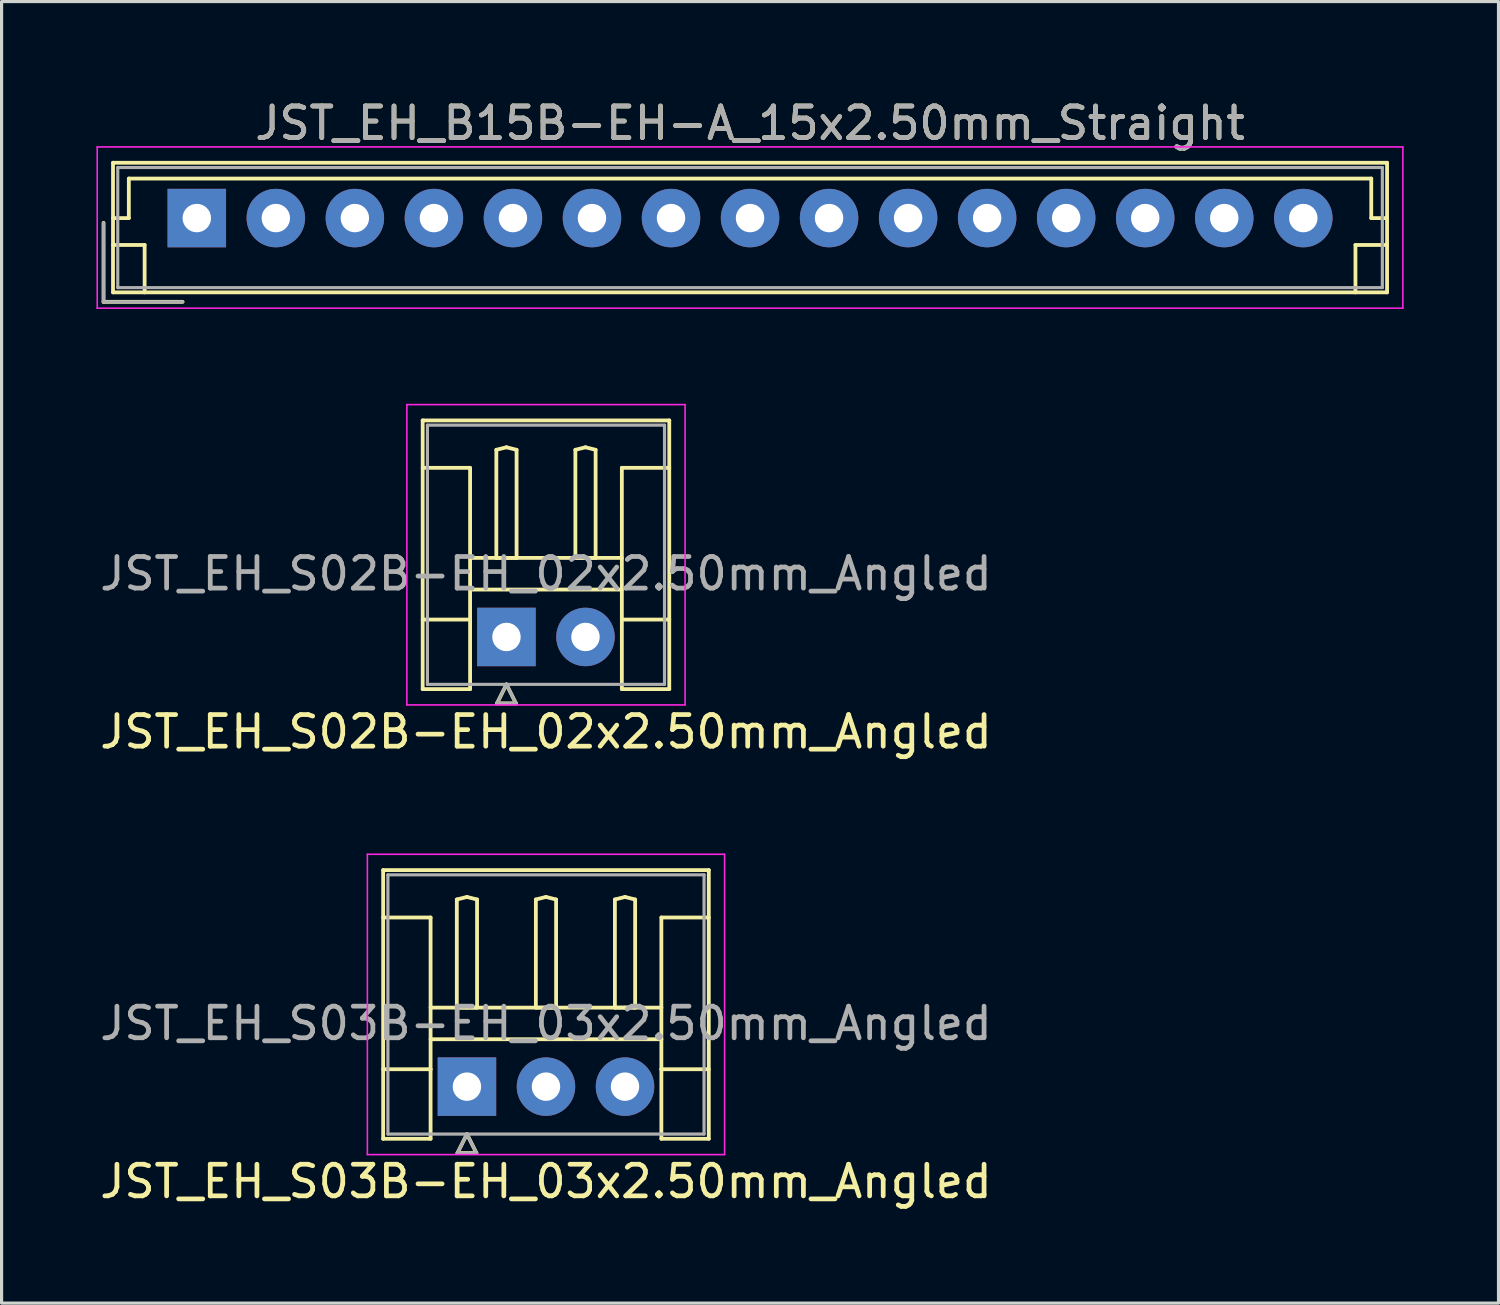
<source format=kicad_pcb>
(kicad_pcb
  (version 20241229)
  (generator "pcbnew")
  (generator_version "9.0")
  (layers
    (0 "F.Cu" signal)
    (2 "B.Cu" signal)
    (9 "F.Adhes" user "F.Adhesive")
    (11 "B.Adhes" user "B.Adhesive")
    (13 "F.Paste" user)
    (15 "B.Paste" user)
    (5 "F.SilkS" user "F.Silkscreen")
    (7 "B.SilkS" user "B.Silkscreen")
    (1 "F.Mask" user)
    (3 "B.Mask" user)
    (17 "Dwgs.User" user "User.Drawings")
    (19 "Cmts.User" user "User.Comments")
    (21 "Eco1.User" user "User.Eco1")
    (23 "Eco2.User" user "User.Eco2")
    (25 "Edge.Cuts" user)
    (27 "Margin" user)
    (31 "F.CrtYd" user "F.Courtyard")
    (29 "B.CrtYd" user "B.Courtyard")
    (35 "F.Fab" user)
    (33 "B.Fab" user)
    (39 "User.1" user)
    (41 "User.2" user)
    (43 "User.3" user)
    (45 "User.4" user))
  (footprint "JST_EH_S02B-EH_02x2.50mm_Angled"
    (layer "F.Cu")
    (at 12.97 17.098)
    (property "Reference" "JST_EH_S02B-EH_02x2.50mm_Angled" (at 1.25 3 0) (layer "F.SilkS") (effects (font (size 1 1) (thickness 0.15))))
    (attr through_hole)
    (fp_line (start -2.65 -6.85) (end 5.15 -6.85) (stroke (width 0.12) (type solid)) (layer "F.SilkS"))
    (fp_line (start -2.65 -5.35) (end -1.15 -5.35) (stroke (width 0.12) (type solid)) (layer "F.SilkS"))
    (fp_line (start -2.65 1.65) (end -2.65 -6.85) (stroke (width 0.12) (type solid)) (layer "F.SilkS"))
    (fp_line (start -1.15 -5.35) (end -1.15 -0.55) (stroke (width 0.12) (type solid)) (layer "F.SilkS"))
    (fp_line (start -1.15 -2.5) (end 3.65 -2.5) (stroke (width 0.12) (type solid)) (layer "F.SilkS"))
    (fp_line (start -1.15 -1.5) (end 3.65 -1.5) (stroke (width 0.12) (type solid)) (layer "F.SilkS"))
    (fp_line (start -1.15 -0.55) (end -2.65 -0.55) (stroke (width 0.12) (type solid)) (layer "F.SilkS"))
    (fp_line (start -1.15 -0.55) (end -1.15 1.65) (stroke (width 0.12) (type solid)) (layer "F.SilkS"))
    (fp_line (start -1.15 1.65) (end -2.65 1.65) (stroke (width 0.12) (type solid)) (layer "F.SilkS"))
    (fp_line (start -0.32 -5.92) (end 0 -6) (stroke (width 0.12) (type solid)) (layer "F.SilkS"))
    (fp_line (start -0.32 -2.5) (end -0.32 -5.92) (stroke (width 0.12) (type solid)) (layer "F.SilkS"))
    (fp_line (start -0.3 2.1) (end 0.3 2.1) (stroke (width 0.12) (type solid)) (layer "F.SilkS"))
    (fp_line (start 0 -6) (end 0.32 -5.92) (stroke (width 0.12) (type solid)) (layer "F.SilkS"))
    (fp_line (start 0 -2.5) (end -0.32 -2.5) (stroke (width 0.12) (type solid)) (layer "F.SilkS"))
    (fp_line (start 0 1.5) (end -0.3 2.1) (stroke (width 0.12) (type solid)) (layer "F.SilkS"))
    (fp_line (start 0.3 2.1) (end 0 1.5) (stroke (width 0.12) (type solid)) (layer "F.SilkS"))
    (fp_line (start 0.32 -5.92) (end 0.32 -2.5) (stroke (width 0.12) (type solid)) (layer "F.SilkS"))
    (fp_line (start 0.32 -2.5) (end 0 -2.5) (stroke (width 0.12) (type solid)) (layer "F.SilkS"))
    (fp_line (start 2.18 -5.92) (end 2.5 -6) (stroke (width 0.12) (type solid)) (layer "F.SilkS"))
    (fp_line (start 2.18 -2.5) (end 2.18 -5.92) (stroke (width 0.12) (type solid)) (layer "F.SilkS"))
    (fp_line (start 2.5 -6) (end 2.82 -5.92) (stroke (width 0.12) (type solid)) (layer "F.SilkS"))
    (fp_line (start 2.5 -2.5) (end 2.18 -2.5) (stroke (width 0.12) (type solid)) (layer "F.SilkS"))
    (fp_line (start 2.82 -5.92) (end 2.82 -2.5) (stroke (width 0.12) (type solid)) (layer "F.SilkS"))
    (fp_line (start 2.82 -2.5) (end 2.5 -2.5) (stroke (width 0.12) (type solid)) (layer "F.SilkS"))
    (fp_line (start 3.65 -5.35) (end 3.65 -0.55) (stroke (width 0.12) (type solid)) (layer "F.SilkS"))
    (fp_line (start 3.65 -0.55) (end 5.15 -0.55) (stroke (width 0.12) (type solid)) (layer "F.SilkS"))
    (fp_line (start 3.65 1.65) (end 3.65 -0.55) (stroke (width 0.12) (type solid)) (layer "F.SilkS"))
    (fp_line (start 5.15 -6.85) (end 5.15 1.65) (stroke (width 0.12) (type solid)) (layer "F.SilkS"))
    (fp_line (start 5.15 -5.35) (end 3.65 -5.35) (stroke (width 0.12) (type solid)) (layer "F.SilkS"))
    (fp_line (start 5.15 1.65) (end 3.65 1.65) (stroke (width 0.12) (type solid)) (layer "F.SilkS"))
    (fp_line (start -3.15 -7.35) (end -3.15 2.15) (stroke (width 0.05) (type solid)) (layer "F.CrtYd"))
    (fp_line (start -3.15 2.15) (end 5.65 2.15) (stroke (width 0.05) (type solid)) (layer "F.CrtYd"))
    (fp_line (start 5.65 -7.35) (end -3.15 -7.35) (stroke (width 0.05) (type solid)) (layer "F.CrtYd"))
    (fp_line (start 5.65 2.15) (end 5.65 -7.35) (stroke (width 0.05) (type solid)) (layer "F.CrtYd"))
    (fp_line (start -2.5 -6.7) (end -2.5 1.5) (stroke (width 0.1) (type solid)) (layer "F.Fab"))
    (fp_line (start -2.5 1.5) (end 5 1.5) (stroke (width 0.1) (type solid)) (layer "F.Fab"))
    (fp_line (start -0.3 2.1) (end 0.3 2.1) (stroke (width 0.1) (type solid)) (layer "F.Fab"))
    (fp_line (start 0 1.5) (end -0.3 2.1) (stroke (width 0.1) (type solid)) (layer "F.Fab"))
    (fp_line (start 0.3 2.1) (end 0 1.5) (stroke (width 0.1) (type solid)) (layer "F.Fab"))
    (fp_line (start 5 -6.7) (end -2.5 -6.7) (stroke (width 0.1) (type solid)) (layer "F.Fab"))
    (fp_line (start 5 1.5) (end 5 -6.7) (stroke (width 0.1) (type solid)) (layer "F.Fab"))
    (fp_text user "${REFERENCE}" (at 1.25 -2 0) (layer "F.Fab") (effects (font (size 1 1) (thickness 0.15))))
    (pad "1" thru_hole rect (at 0 0) (size 1.85 1.85) (drill 0.9) (layers "*.Cu" "*.Mask"))
    (pad "2" thru_hole circle (at 2.5 0) (size 1.85 1.85) (drill 0.9) (layers "*.Cu" "*.Mask")))
  (footprint "JST_EH_B15B-EH-A_15x2.50mm_Straight"
    (layer "F.Cu")
    (at 3.175 3.848)
    (property "Reference" "JST_EH_B15B-EH-A_15x2.50mm_Straight" (at 17.5 -3 0) (layer "F.SilkS") (effects (font (size 1 1) (thickness 0.15))))
    (attr through_hole)
    (fp_line (start -2.95 0.15) (end -2.95 2.65) (stroke (width 0.12) (type solid)) (layer "F.SilkS"))
    (fp_line (start -2.95 2.65) (end -0.45 2.65) (stroke (width 0.12) (type solid)) (layer "F.SilkS"))
    (fp_line (start -2.65 -1.75) (end -2.65 2.35) (stroke (width 0.12) (type solid)) (layer "F.SilkS"))
    (fp_line (start -2.65 0) (end -2.15 0) (stroke (width 0.12) (type solid)) (layer "F.SilkS"))
    (fp_line (start -2.65 0.85) (end -1.65 0.85) (stroke (width 0.12) (type solid)) (layer "F.SilkS"))
    (fp_line (start -2.65 2.35) (end 37.65 2.35) (stroke (width 0.12) (type solid)) (layer "F.SilkS"))
    (fp_line (start -2.15 -1.25) (end 37.15 -1.25) (stroke (width 0.12) (type solid)) (layer "F.SilkS"))
    (fp_line (start -2.15 0) (end -2.15 -1.25) (stroke (width 0.12) (type solid)) (layer "F.SilkS"))
    (fp_line (start -1.65 0.85) (end -1.65 2.35) (stroke (width 0.12) (type solid)) (layer "F.SilkS"))
    (fp_line (start 36.65 0.85) (end 36.65 2.35) (stroke (width 0.12) (type solid)) (layer "F.SilkS"))
    (fp_line (start 37.15 -1.25) (end 37.15 0) (stroke (width 0.12) (type solid)) (layer "F.SilkS"))
    (fp_line (start 37.15 0) (end 37.65 0) (stroke (width 0.12) (type solid)) (layer "F.SilkS"))
    (fp_line (start 37.65 -1.75) (end -2.65 -1.75) (stroke (width 0.12) (type solid)) (layer "F.SilkS"))
    (fp_line (start 37.65 0.85) (end 36.65 0.85) (stroke (width 0.12) (type solid)) (layer "F.SilkS"))
    (fp_line (start 37.65 2.35) (end 37.65 -1.75) (stroke (width 0.12) (type solid)) (layer "F.SilkS"))
    (fp_line (start -3.15 -2.25) (end -3.15 2.85) (stroke (width 0.05) (type solid)) (layer "F.CrtYd"))
    (fp_line (start -3.15 2.85) (end 38.15 2.85) (stroke (width 0.05) (type solid)) (layer "F.CrtYd"))
    (fp_line (start 38.15 -2.25) (end -3.15 -2.25) (stroke (width 0.05) (type solid)) (layer "F.CrtYd"))
    (fp_line (start 38.15 2.85) (end 38.15 -2.25) (stroke (width 0.05) (type solid)) (layer "F.CrtYd"))
    (fp_line (start -2.95 0.15) (end -2.95 2.65) (stroke (width 0.1) (type solid)) (layer "F.Fab"))
    (fp_line (start -2.95 2.65) (end -0.45 2.65) (stroke (width 0.1) (type solid)) (layer "F.Fab"))
    (fp_line (start -2.5 -1.6) (end -2.5 2.2) (stroke (width 0.1) (type solid)) (layer "F.Fab"))
    (fp_line (start -2.5 2.2) (end 37.5 2.2) (stroke (width 0.1) (type solid)) (layer "F.Fab"))
    (fp_line (start 37.5 -1.6) (end -2.5 -1.6) (stroke (width 0.1) (type solid)) (layer "F.Fab"))
    (fp_line (start 37.5 2.2) (end 37.5 -1.6) (stroke (width 0.1) (type solid)) (layer "F.Fab"))
    (fp_text user "${REFERENCE}" (at 17.5 -3 0) (layer "F.Fab") (effects (font (size 1 1) (thickness 0.15))))
    (pad "1" thru_hole rect (at 0 0) (size 1.85 1.85) (drill 0.9) (layers "*.Cu" "*.Mask"))
    (pad "2" thru_hole circle (at 2.5 0) (size 1.85 1.85) (drill 0.9) (layers "*.Cu" "*.Mask"))
    (pad "3" thru_hole circle (at 5 0) (size 1.85 1.85) (drill 0.9) (layers "*.Cu" "*.Mask"))
    (pad "4" thru_hole circle (at 7.5 0) (size 1.85 1.85) (drill 0.9) (layers "*.Cu" "*.Mask"))
    (pad "5" thru_hole circle (at 10 0) (size 1.85 1.85) (drill 0.9) (layers "*.Cu" "*.Mask"))
    (pad "6" thru_hole circle (at 12.5 0) (size 1.85 1.85) (drill 0.9) (layers "*.Cu" "*.Mask"))
    (pad "7" thru_hole circle (at 15 0) (size 1.85 1.85) (drill 0.9) (layers "*.Cu" "*.Mask"))
    (pad "8" thru_hole circle (at 17.5 0) (size 1.85 1.85) (drill 0.9) (layers "*.Cu" "*.Mask"))
    (pad "9" thru_hole circle (at 20 0) (size 1.85 1.85) (drill 0.9) (layers "*.Cu" "*.Mask"))
    (pad "10" thru_hole circle (at 22.5 0) (size 1.85 1.85) (drill 0.9) (layers "*.Cu" "*.Mask"))
    (pad "11" thru_hole circle (at 25 0) (size 1.85 1.85) (drill 0.9) (layers "*.Cu" "*.Mask"))
    (pad "12" thru_hole circle (at 27.5 0) (size 1.85 1.85) (drill 0.9) (layers "*.Cu" "*.Mask"))
    (pad "13" thru_hole circle (at 30 0) (size 1.85 1.85) (drill 0.9) (layers "*.Cu" "*.Mask"))
    (pad "14" thru_hole circle (at 32.5 0) (size 1.85 1.85) (drill 0.9) (layers "*.Cu" "*.Mask"))
    (pad "15" thru_hole circle (at 35 0) (size 1.85 1.85) (drill 0.9) (layers "*.Cu" "*.Mask")))
  (footprint "JST_EH_S03B-EH_03x2.50mm_Angled"
    (layer "F.Cu")
    (at 11.72 31.322)
    (property "Reference" "JST_EH_S03B-EH_03x2.50mm_Angled" (at 2.5 3 0) (layer "F.SilkS") (effects (font (size 1 1) (thickness 0.15))))
    (attr through_hole)
    (fp_line (start -2.65 -6.85) (end 7.65 -6.85) (stroke (width 0.12) (type solid)) (layer "F.SilkS"))
    (fp_line (start -2.65 -5.35) (end -1.15 -5.35) (stroke (width 0.12) (type solid)) (layer "F.SilkS"))
    (fp_line (start -2.65 1.65) (end -2.65 -6.85) (stroke (width 0.12) (type solid)) (layer "F.SilkS"))
    (fp_line (start -1.15 -5.35) (end -1.15 -0.55) (stroke (width 0.12) (type solid)) (layer "F.SilkS"))
    (fp_line (start -1.15 -2.5) (end 6.15 -2.5) (stroke (width 0.12) (type solid)) (layer "F.SilkS"))
    (fp_line (start -1.15 -1.5) (end 6.15 -1.5) (stroke (width 0.12) (type solid)) (layer "F.SilkS"))
    (fp_line (start -1.15 -0.55) (end -2.65 -0.55) (stroke (width 0.12) (type solid)) (layer "F.SilkS"))
    (fp_line (start -1.15 -0.55) (end -1.15 1.65) (stroke (width 0.12) (type solid)) (layer "F.SilkS"))
    (fp_line (start -1.15 1.65) (end -2.65 1.65) (stroke (width 0.12) (type solid)) (layer "F.SilkS"))
    (fp_line (start -0.32 -5.92) (end 0 -6) (stroke (width 0.12) (type solid)) (layer "F.SilkS"))
    (fp_line (start -0.32 -2.5) (end -0.32 -5.92) (stroke (width 0.12) (type solid)) (layer "F.SilkS"))
    (fp_line (start -0.3 2.1) (end 0.3 2.1) (stroke (width 0.12) (type solid)) (layer "F.SilkS"))
    (fp_line (start 0 -6) (end 0.32 -5.92) (stroke (width 0.12) (type solid)) (layer "F.SilkS"))
    (fp_line (start 0 -2.5) (end -0.32 -2.5) (stroke (width 0.12) (type solid)) (layer "F.SilkS"))
    (fp_line (start 0 1.5) (end -0.3 2.1) (stroke (width 0.12) (type solid)) (layer "F.SilkS"))
    (fp_line (start 0.3 2.1) (end 0 1.5) (stroke (width 0.12) (type solid)) (layer "F.SilkS"))
    (fp_line (start 0.32 -5.92) (end 0.32 -2.5) (stroke (width 0.12) (type solid)) (layer "F.SilkS"))
    (fp_line (start 0.32 -2.5) (end 0 -2.5) (stroke (width 0.12) (type solid)) (layer "F.SilkS"))
    (fp_line (start 2.18 -5.92) (end 2.5 -6) (stroke (width 0.12) (type solid)) (layer "F.SilkS"))
    (fp_line (start 2.18 -2.5) (end 2.18 -5.92) (stroke (width 0.12) (type solid)) (layer "F.SilkS"))
    (fp_line (start 2.5 -6) (end 2.82 -5.92) (stroke (width 0.12) (type solid)) (layer "F.SilkS"))
    (fp_line (start 2.5 -2.5) (end 2.18 -2.5) (stroke (width 0.12) (type solid)) (layer "F.SilkS"))
    (fp_line (start 2.82 -5.92) (end 2.82 -2.5) (stroke (width 0.12) (type solid)) (layer "F.SilkS"))
    (fp_line (start 2.82 -2.5) (end 2.5 -2.5) (stroke (width 0.12) (type solid)) (layer "F.SilkS"))
    (fp_line (start 4.68 -5.92) (end 5 -6) (stroke (width 0.12) (type solid)) (layer "F.SilkS"))
    (fp_line (start 4.68 -2.5) (end 4.68 -5.92) (stroke (width 0.12) (type solid)) (layer "F.SilkS"))
    (fp_line (start 5 -6) (end 5.32 -5.92) (stroke (width 0.12) (type solid)) (layer "F.SilkS"))
    (fp_line (start 5 -2.5) (end 4.68 -2.5) (stroke (width 0.12) (type solid)) (layer "F.SilkS"))
    (fp_line (start 5.32 -5.92) (end 5.32 -2.5) (stroke (width 0.12) (type solid)) (layer "F.SilkS"))
    (fp_line (start 5.32 -2.5) (end 5 -2.5) (stroke (width 0.12) (type solid)) (layer "F.SilkS"))
    (fp_line (start 6.15 -5.35) (end 6.15 -0.55) (stroke (width 0.12) (type solid)) (layer "F.SilkS"))
    (fp_line (start 6.15 -0.55) (end 7.65 -0.55) (stroke (width 0.12) (type solid)) (layer "F.SilkS"))
    (fp_line (start 6.15 1.65) (end 6.15 -0.55) (stroke (width 0.12) (type solid)) (layer "F.SilkS"))
    (fp_line (start 7.65 -6.85) (end 7.65 1.65) (stroke (width 0.12) (type solid)) (layer "F.SilkS"))
    (fp_line (start 7.65 -5.35) (end 6.15 -5.35) (stroke (width 0.12) (type solid)) (layer "F.SilkS"))
    (fp_line (start 7.65 1.65) (end 6.15 1.65) (stroke (width 0.12) (type solid)) (layer "F.SilkS"))
    (fp_line (start -3.15 -7.35) (end -3.15 2.15) (stroke (width 0.05) (type solid)) (layer "F.CrtYd"))
    (fp_line (start -3.15 2.15) (end 8.15 2.15) (stroke (width 0.05) (type solid)) (layer "F.CrtYd"))
    (fp_line (start 8.15 -7.35) (end -3.15 -7.35) (stroke (width 0.05) (type solid)) (layer "F.CrtYd"))
    (fp_line (start 8.15 2.15) (end 8.15 -7.35) (stroke (width 0.05) (type solid)) (layer "F.CrtYd"))
    (fp_line (start -2.5 -6.7) (end -2.5 1.5) (stroke (width 0.1) (type solid)) (layer "F.Fab"))
    (fp_line (start -2.5 1.5) (end 7.5 1.5) (stroke (width 0.1) (type solid)) (layer "F.Fab"))
    (fp_line (start -0.3 2.1) (end 0.3 2.1) (stroke (width 0.1) (type solid)) (layer "F.Fab"))
    (fp_line (start 0 1.5) (end -0.3 2.1) (stroke (width 0.1) (type solid)) (layer "F.Fab"))
    (fp_line (start 0.3 2.1) (end 0 1.5) (stroke (width 0.1) (type solid)) (layer "F.Fab"))
    (fp_line (start 7.5 -6.7) (end -2.5 -6.7) (stroke (width 0.1) (type solid)) (layer "F.Fab"))
    (fp_line (start 7.5 1.5) (end 7.5 -6.7) (stroke (width 0.1) (type solid)) (layer "F.Fab"))
    (fp_text user "${REFERENCE}" (at 2.5 -2 0) (layer "F.Fab") (effects (font (size 1 1) (thickness 0.15))))
    (pad "1" thru_hole rect (at 0 0) (size 1.85 1.85) (drill 0.9) (layers "*.Cu" "*.Mask"))
    (pad "2" thru_hole circle (at 2.5 0) (size 1.85 1.85) (drill 0.9) (layers "*.Cu" "*.Mask"))
    (pad "3" thru_hole circle (at 5 0) (size 1.85 1.85) (drill 0.9) (layers "*.Cu" "*.Mask")))
  (gr_rect
    (start -3 -3)
    (end 44.35 38.17)
    (stroke (width 0.1) (type default))
    (fill no)
    (layer "Edge.Cuts")))
</source>
